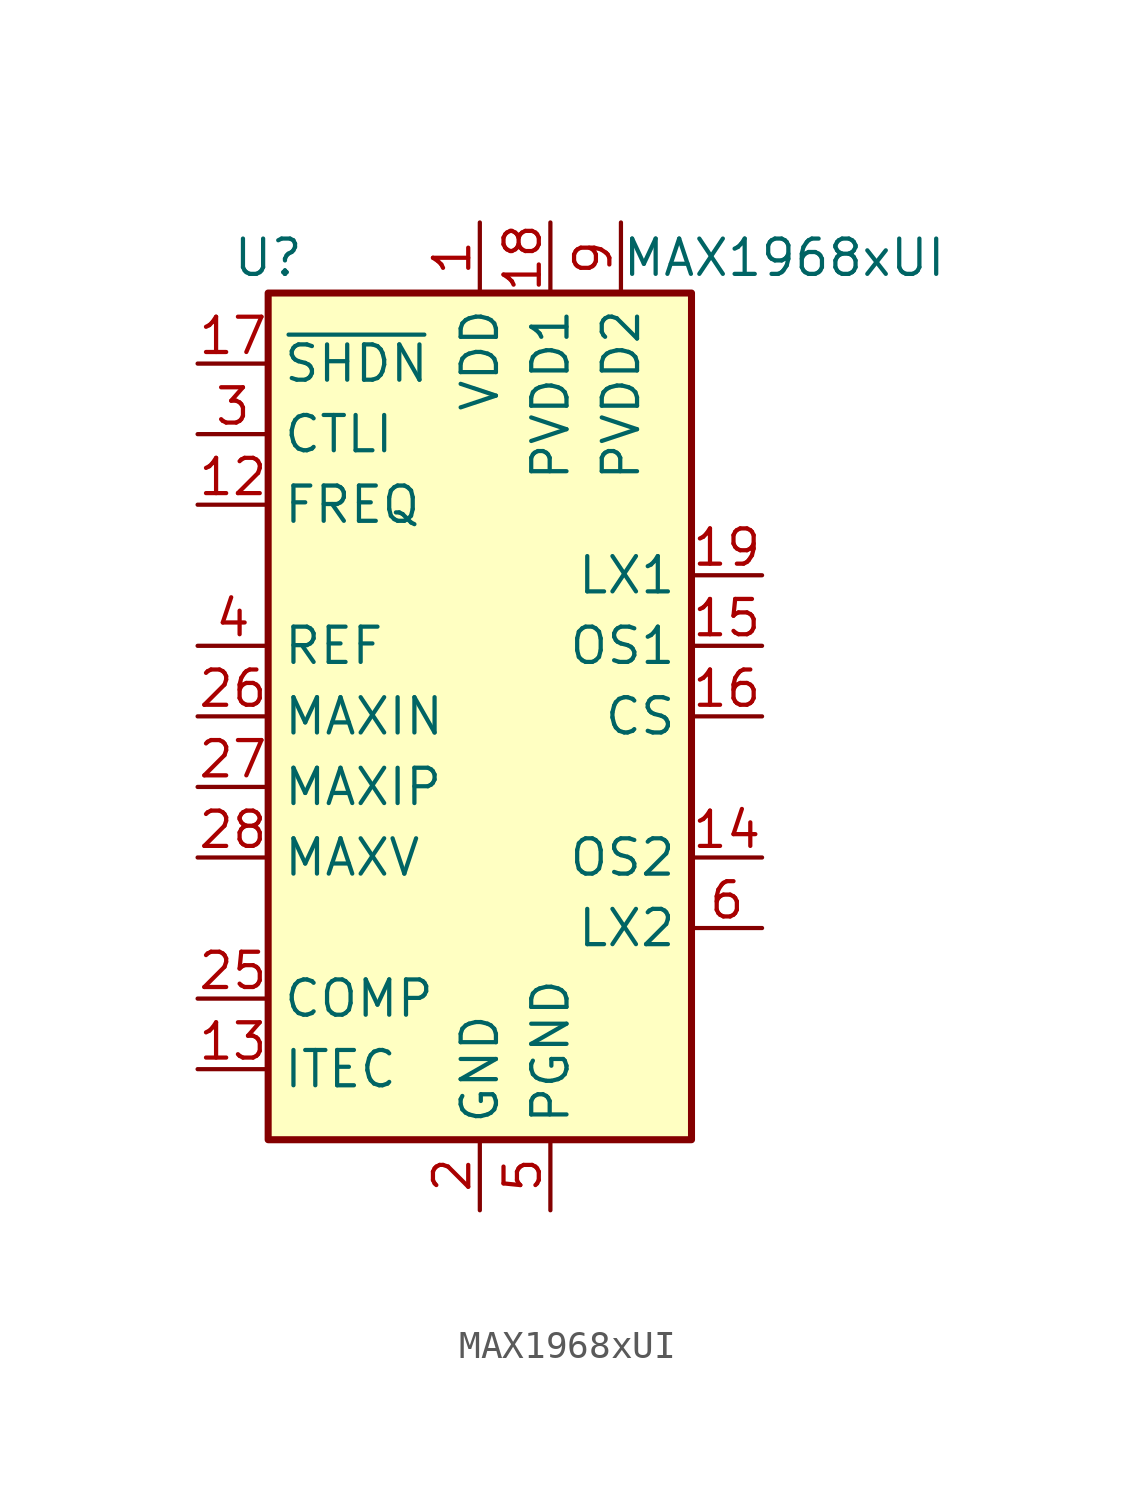
<source format=kicad_sym>
(kicad_symbol_lib
  (version 20231120)
  (generator "kicad_symbol_editor")
  (generator_version "8.0")
  (symbol "MAX1968xUI"
    (property "Reference" "U"
      (at -7.62 16.51 0)
      (effects (font (size 1.27 1.27))))
    (property "Value" "MAX1968xUI"
      (at 5.08 16.51 0)
      (effects (font (size 1.27 1.27)) (justify left)))
    (symbol "MAX1968xUI_0_1"
      (rectangle (start -7.62 15.24) (end 7.62 -15.24) (stroke (width 0.254) (type solid)) (fill (type background))))
    (symbol "MAX1968xUI_1_1"
      (pin power_in line (at 0 17.78 270) (length 2.54) (name "VDD" (effects (font (size 1.27 1.27)))) (number "1" (effects (font (size 1.27 1.27)))))
      (pin passive line (at 10.16 -7.62 180) (length 2.54) hide (name "LX2" (effects (font (size 1.27 1.27)))) (number "10" (effects (font (size 1.27 1.27)))))
      (pin passive line (at 5.08 17.78 270) (length 2.54) hide (name "PVDD2" (effects (font (size 1.27 1.27)))) (number "11" (effects (font (size 1.27 1.27)))))
      (pin input line (at -10.16 7.62 0) (length 2.54) (name "FREQ" (effects (font (size 1.27 1.27)))) (number "12" (effects (font (size 1.27 1.27)))))
      (pin output line (at -10.16 -12.7 0) (length 2.54) (name "ITEC" (effects (font (size 1.27 1.27)))) (number "13" (effects (font (size 1.27 1.27)))))
      (pin input line (at 10.16 -5.08 180) (length 2.54) (name "OS2" (effects (font (size 1.27 1.27)))) (number "14" (effects (font (size 1.27 1.27)))))
      (pin input line (at 10.16 2.54 180) (length 2.54) (name "OS1" (effects (font (size 1.27 1.27)))) (number "15" (effects (font (size 1.27 1.27)))))
      (pin input line (at 10.16 0 180) (length 2.54) (name "CS" (effects (font (size 1.27 1.27)))) (number "16" (effects (font (size 1.27 1.27)))))
      (pin input line (at -10.16 12.7 0) (length 2.54) (name "~{SHDN}" (effects (font (size 1.27 1.27)))) (number "17" (effects (font (size 1.27 1.27)))))
      (pin power_in line (at 2.54 17.78 270) (length 2.54) (name "PVDD1" (effects (font (size 1.27 1.27)))) (number "18" (effects (font (size 1.27 1.27)))))
      (pin power_out line (at 10.16 5.08 180) (length 2.54) (name "LX1" (effects (font (size 1.27 1.27)))) (number "19" (effects (font (size 1.27 1.27)))))
      (pin power_in line (at 0 -17.78 90) (length 2.54) (name "GND" (effects (font (size 1.27 1.27)))) (number "2" (effects (font (size 1.27 1.27)))))
      (pin passive line (at 2.54 17.78 270) (length 2.54) hide (name "PVDD1" (effects (font (size 1.27 1.27)))) (number "20" (effects (font (size 1.27 1.27)))))
      (pin passive line (at 10.16 5.08 180) (length 2.54) hide (name "LX1" (effects (font (size 1.27 1.27)))) (number "21" (effects (font (size 1.27 1.27)))))
      (pin passive line (at 2.54 -17.78 90) (length 2.54) hide (name "PGND" (effects (font (size 1.27 1.27)))) (number "22" (effects (font (size 1.27 1.27)))))
      (pin passive line (at 10.16 5.08 180) (length 2.54) hide (name "LX1" (effects (font (size 1.27 1.27)))) (number "23" (effects (font (size 1.27 1.27)))))
      (pin passive line (at 2.54 -17.78 90) (length 2.54) hide (name "PGND" (effects (font (size 1.27 1.27)))) (number "24" (effects (font (size 1.27 1.27)))))
      (pin passive line (at -10.16 -10.16 0) (length 2.54) (name "COMP" (effects (font (size 1.27 1.27)))) (number "25" (effects (font (size 1.27 1.27)))))
      (pin input line (at -10.16 0 0) (length 2.54) (name "MAXIN" (effects (font (size 1.27 1.27)))) (number "26" (effects (font (size 1.27 1.27)))))
      (pin input line (at -10.16 -2.54 0) (length 2.54) (name "MAXIP" (effects (font (size 1.27 1.27)))) (number "27" (effects (font (size 1.27 1.27)))))
      (pin input line (at -10.16 -5.08 0) (length 2.54) (name "MAXV" (effects (font (size 1.27 1.27)))) (number "28" (effects (font (size 1.27 1.27)))))
      (pin passive line (at 0 -17.78 90) (length 2.54) hide (name "GND" (effects (font (size 1.27 1.27)))) (number "29" (effects (font (size 1.27 1.27)))))
      (pin input line (at -10.16 10.16 0) (length 2.54) (name "CTLI" (effects (font (size 1.27 1.27)))) (number "3" (effects (font (size 1.27 1.27)))))
      (pin output line (at -10.16 2.54 0) (length 2.54) (name "REF" (effects (font (size 1.27 1.27)))) (number "4" (effects (font (size 1.27 1.27)))))
      (pin power_in line (at 2.54 -17.78 90) (length 2.54) (name "PGND" (effects (font (size 1.27 1.27)))) (number "5" (effects (font (size 1.27 1.27)))))
      (pin power_out line (at 10.16 -7.62 180) (length 2.54) (name "LX2" (effects (font (size 1.27 1.27)))) (number "6" (effects (font (size 1.27 1.27)))))
      (pin passive line (at 2.54 -17.78 90) (length 2.54) hide (name "PGND" (effects (font (size 1.27 1.27)))) (number "7" (effects (font (size 1.27 1.27)))))
      (pin passive line (at 10.16 -7.62 180) (length 2.54) hide (name "LX2" (effects (font (size 1.27 1.27)))) (number "8" (effects (font (size 1.27 1.27)))))
      (pin power_in line (at 5.08 17.78 270) (length 2.54) (name "PVDD2" (effects (font (size 1.27 1.27)))) (number "9" (effects (font (size 1.27 1.27))))))))
</source>
